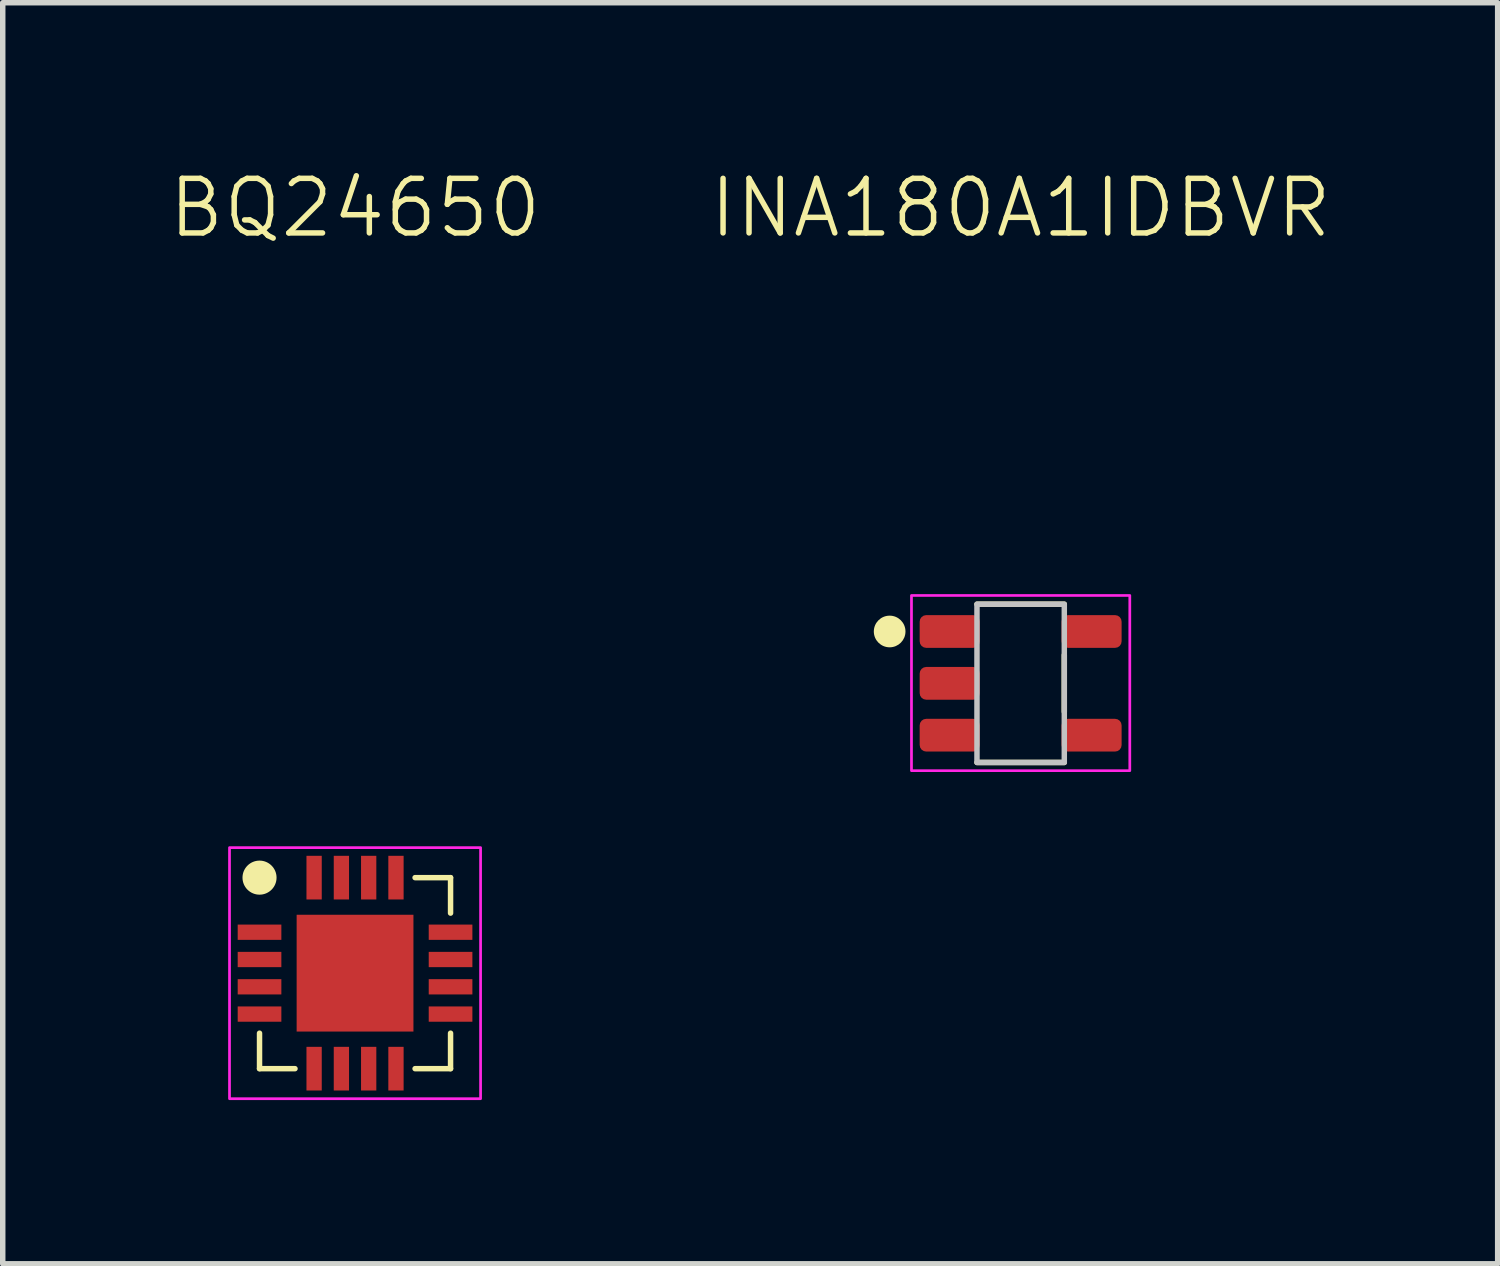
<source format=kicad_pcb>
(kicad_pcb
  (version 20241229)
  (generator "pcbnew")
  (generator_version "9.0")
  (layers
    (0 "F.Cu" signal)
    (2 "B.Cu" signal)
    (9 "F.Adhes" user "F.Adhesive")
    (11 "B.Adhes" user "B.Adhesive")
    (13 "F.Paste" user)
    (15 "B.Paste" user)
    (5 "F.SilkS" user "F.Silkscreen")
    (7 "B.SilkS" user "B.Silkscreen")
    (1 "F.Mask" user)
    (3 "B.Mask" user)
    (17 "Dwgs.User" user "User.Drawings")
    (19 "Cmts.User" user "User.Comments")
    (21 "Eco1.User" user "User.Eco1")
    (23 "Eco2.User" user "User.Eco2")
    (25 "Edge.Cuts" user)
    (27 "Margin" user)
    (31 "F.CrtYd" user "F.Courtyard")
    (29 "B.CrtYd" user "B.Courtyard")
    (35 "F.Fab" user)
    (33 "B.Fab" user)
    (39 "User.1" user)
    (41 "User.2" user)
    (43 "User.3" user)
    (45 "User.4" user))
  (footprint "INA180A1IDBVR"
    (layer "F.Cu")
    (at 15.65 9.47)
    (property "Reference" "INA180A1IDBVR" (at 0 -8.71 0) (unlocked yes) (layer "F.SilkS") (effects (font (size 1 1) (thickness 0.1))))
    (attr smd)
    (fp_line (start -0.8 -1.45) (end 0.8 -1.45) (stroke (width 0.1) (type default)) (layer "F.SilkS"))
    (fp_line (start -0.8 1.45) (end 0.8 1.45) (stroke (width 0.1) (type default)) (layer "F.SilkS"))
    (fp_line (start 0.8 -0.52) (end 0.8 0.52) (stroke (width 0.1) (type default)) (layer "F.SilkS"))
    (fp_circle (center -2.4 -0.95) (end -2.16 -0.95) (stroke (width 0.1) (type solid)) (fill yes) (layer "F.SilkS"))
    (fp_rect (start 0.8 -1.45) (end -0.8 1.45) (stroke (width 0.1) (type default)) (fill no) (layer "Dwgs.User"))
    (fp_rect (start -2 -1.61) (end 2 1.6) (stroke (width 0.05) (type default)) (fill no) (layer "F.CrtYd"))
    (pad "1" smd roundrect (at -1.3 -0.95) (size 1.1 0.6) (layers "F.Cu" "F.Mask" "F.Paste") (roundrect_rratio 0.2))
    (pad "2" smd roundrect (at -1.3 0) (size 1.1 0.6) (layers "F.Cu" "F.Mask" "F.Paste") (roundrect_rratio 0.2))
    (pad "3" smd roundrect (at -1.3 0.95) (size 1.1 0.6) (layers "F.Cu" "F.Mask" "F.Paste") (roundrect_rratio 0.2))
    (pad "4" smd roundrect (at 1.3 0.95) (size 1.1 0.6) (layers "F.Cu" "F.Mask" "F.Paste") (roundrect_rratio 0.2))
    (pad "5" smd roundrect (at 1.3 -0.95) (size 1.1 0.6) (layers "F.Cu" "F.Mask" "F.Paste") (roundrect_rratio 0.2)))
  (footprint "BQ24650"
    (layer "F.Cu")
    (at 3.455 14.78)
    (property "Reference" "BQ24650" (at 0 -14.02 0) (unlocked yes) (layer "F.SilkS") (effects (font (size 1 1) (thickness 0.1))))
    (attr smd)
    (fp_line (start -1.75 1.75) (end -1.75 1.1) (stroke (width 0.1) (type default)) (layer "F.SilkS"))
    (fp_line (start -1.75 1.75) (end -1.1 1.75) (stroke (width 0.1) (type default)) (layer "F.SilkS"))
    (fp_line (start 1.75 -1.75) (end 1.1 -1.75) (stroke (width 0.1) (type default)) (layer "F.SilkS"))
    (fp_line (start 1.75 -1.75) (end 1.75 -1.1) (stroke (width 0.1) (type default)) (layer "F.SilkS"))
    (fp_line (start 1.75 1.75) (end 1.1 1.75) (stroke (width 0.1) (type default)) (layer "F.SilkS"))
    (fp_line (start 1.75 1.75) (end 1.75 1.1) (stroke (width 0.1) (type default)) (layer "F.SilkS"))
    (fp_circle (center -1.75 -1.75) (end -1.488 -1.75) (stroke (width 0.1) (type solid)) (fill yes) (layer "F.SilkS"))
    (fp_rect (start -0.995 -1) (end -0.145 -0.15) (stroke (width 0.1) (type solid)) (fill yes) (layer "F.Paste"))
    (fp_rect (start -0.995 0.15) (end -0.145 1) (stroke (width 0.1) (type solid)) (fill yes) (layer "F.Paste"))
    (fp_rect (start 0.145 -1) (end 0.995 -0.15) (stroke (width 0.1) (type solid)) (fill yes) (layer "F.Paste"))
    (fp_rect (start 0.145 0.15) (end 0.995 1) (stroke (width 0.1) (type solid)) (fill yes) (layer "F.Paste"))
    (fp_rect (start -2.3 -2.3) (end 2.3 2.3) (stroke (width 0.05) (type default)) (fill no) (layer "F.CrtYd"))
    (pad "0" smd rect (at 0 0 270) (size 2.14 2.14) (layers "F.Cu" "F.Mask" "F.Paste"))
    (pad "1" smd custom (at -1.75 -0.75) (size 0.8 0.28) (layers "F.Cu" "F.Mask" "F.Paste") (options (anchor rect)) (primitives))
    (pad "2" smd custom (at -1.75 -0.25) (size 0.8 0.28) (layers "F.Cu" "F.Mask" "F.Paste") (options (anchor rect)) (primitives))
    (pad "3" smd custom (at -1.75 0.25) (size 0.8 0.28) (layers "F.Cu" "F.Mask" "F.Paste") (options (anchor rect)) (primitives))
    (pad "4" smd custom (at -1.75 0.75) (size 0.8 0.28) (layers "F.Cu" "F.Mask" "F.Paste") (options (anchor rect)) (primitives))
    (pad "5" smd custom (at -0.25 1.75 90) (size 0.8 0.28) (layers "F.Cu" "F.Mask" "F.Paste") (options (anchor rect)) (primitives))
    (pad "6" smd custom (at -0.75 1.75 90) (size 0.8 0.28) (layers "F.Cu" "F.Mask" "F.Paste") (options (anchor rect)) (primitives))
    (pad "7" smd custom (at 0.25 1.75 90) (size 0.8 0.28) (layers "F.Cu" "F.Mask" "F.Paste") (options (anchor rect)) (primitives))
    (pad "8" smd custom (at 0.75 1.75 90) (size 0.8 0.28) (layers "F.Cu" "F.Mask" "F.Paste") (options (anchor rect)) (primitives))
    (pad "9" smd custom (at 1.75 0.75 180) (size 0.8 0.28) (layers "F.Cu" "F.Mask" "F.Paste") (options (anchor rect)) (primitives))
    (pad "10" smd custom (at 1.75 0.25 180) (size 0.8 0.28) (layers "F.Cu" "F.Mask" "F.Paste") (options (anchor rect)) (primitives))
    (pad "11" smd custom (at 1.75 -0.25 180) (size 0.8 0.28) (layers "F.Cu" "F.Mask" "F.Paste") (options (anchor rect)) (primitives))
    (pad "12" smd custom (at 1.75 -0.75 180) (size 0.8 0.28) (layers "F.Cu" "F.Mask" "F.Paste") (options (anchor rect)) (primitives))
    (pad "13" smd custom (at 0.75 -1.75 270) (size 0.8 0.28) (layers "F.Cu" "F.Mask" "F.Paste") (options (anchor rect)) (primitives))
    (pad "14" smd custom (at 0.25 -1.75 270) (size 0.8 0.28) (layers "F.Cu" "F.Mask" "F.Paste") (options (anchor rect)) (primitives))
    (pad "15" smd custom (at -0.25 -1.75 270) (size 0.8 0.28) (layers "F.Cu" "F.Mask" "F.Paste") (options (anchor rect)) (primitives))
    (pad "16" smd custom (at -0.75 -1.75 270) (size 0.8 0.28) (layers "F.Cu" "F.Mask" "F.Paste") (options (anchor rect)) (primitives)))
  (gr_rect
    (start -3 -3)
    (end 24.39 20.105)
    (stroke (width 0.1) (type default))
    (fill no)
    (layer "Edge.Cuts")))
</source>
